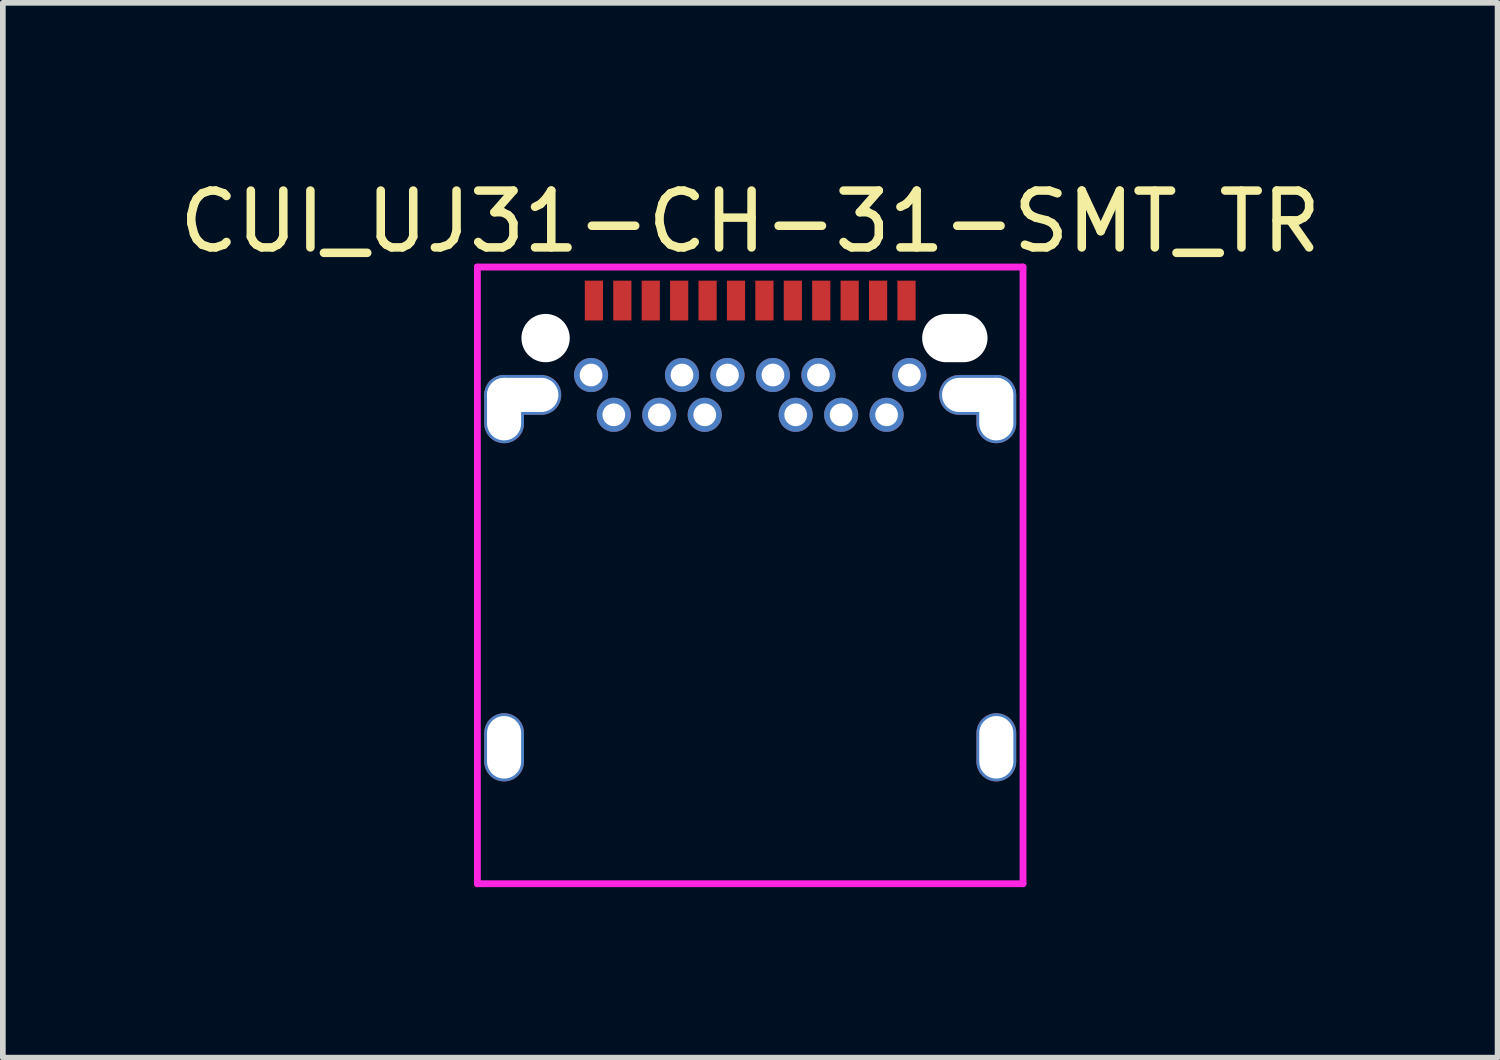
<source format=kicad_pcb>
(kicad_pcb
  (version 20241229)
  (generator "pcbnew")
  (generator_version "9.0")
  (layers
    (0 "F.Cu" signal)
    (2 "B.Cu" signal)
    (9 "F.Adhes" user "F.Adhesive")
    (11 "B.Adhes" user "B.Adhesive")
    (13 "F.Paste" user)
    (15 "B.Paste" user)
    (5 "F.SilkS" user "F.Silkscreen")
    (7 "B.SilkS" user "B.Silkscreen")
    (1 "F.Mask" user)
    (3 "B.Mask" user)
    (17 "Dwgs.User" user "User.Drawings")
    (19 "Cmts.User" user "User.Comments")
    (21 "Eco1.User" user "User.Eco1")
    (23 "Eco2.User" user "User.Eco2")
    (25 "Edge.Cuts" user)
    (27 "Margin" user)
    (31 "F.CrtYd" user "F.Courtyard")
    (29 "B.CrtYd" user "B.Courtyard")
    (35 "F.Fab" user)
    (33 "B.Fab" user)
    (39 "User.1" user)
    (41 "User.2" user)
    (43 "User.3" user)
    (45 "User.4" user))
  (footprint "CUI_UJ31-CH-31-SMT_TR"
    (layer "F.Cu")
    (at 10.149 2.898)
    (property "Reference" "CUI_UJ31-CH-31-SMT_TR" (at 0 -2.05 0) (layer "F.SilkS") (effects (font (size 1 1) (thickness 0.15))))
    (attr through_hole)
    (fp_line (start -4.8 -1.25) (end -4.8 9.6) (stroke (width 0.12) (type solid)) (layer "F.CrtYd"))
    (fp_line (start -4.8 -1.25) (end 4.8 -1.25) (stroke (width 0.12) (type solid)) (layer "F.CrtYd"))
    (fp_line (start -4.8 9.6) (end 4.8 9.6) (stroke (width 0.12) (type solid)) (layer "F.CrtYd"))
    (fp_line (start 4.8 -1.25) (end 4.8 9.6) (stroke (width 0.12) (type solid)) (layer "F.CrtYd"))
    (pad "" np_thru_hole oval (at -4.33 1.25) (size 0.7 1.2) (drill oval 0.6 1.1) (layers "*.Cu" "*.Mask"))
    (pad "" np_thru_hole oval (at -4.33 7.2) (size 0.7 1.2) (drill oval 0.6 1.1) (layers "*.Cu" "*.Mask"))
    (pad "" np_thru_hole oval (at -4 1 90) (size 0.7 1.35) (drill oval 0.6 1.25) (layers "*.Cu" "*.Mask"))
    (pad "" np_thru_hole circle (at -3.6 0) (size 0.85 0.85) (drill 0.85) (layers "*.Cu" "*.Mask"))
    (pad "" np_thru_hole oval (at 3.6 0) (size 1.15 0.85) (drill oval 1.15 0.85) (layers "*.Cu" "*.Mask"))
    (pad "" np_thru_hole oval (at 4 1 90) (size 0.7 1.35) (drill oval 0.6 1.25) (layers "*.Cu" "*.Mask"))
    (pad "" np_thru_hole oval (at 4.33 1.25) (size 0.7 1.2) (drill oval 0.6 1.1) (layers "*.Cu" "*.Mask"))
    (pad "" np_thru_hole oval (at 4.33 7.2) (size 0.7 1.2) (drill oval 0.6 1.1) (layers "*.Cu" "*.Mask"))
    (pad "A1" smd rect (at -2.75 -0.66) (size 0.32 0.7) (layers "F.Cu" "F.Mask" "F.Paste"))
    (pad "A2" smd rect (at -2.25 -0.66) (size 0.32 0.7) (layers "F.Cu" "F.Mask" "F.Paste"))
    (pad "A3" smd rect (at -1.75 -0.66) (size 0.32 0.7) (layers "F.Cu" "F.Mask" "F.Paste"))
    (pad "A4" smd rect (at -1.25 -0.66) (size 0.32 0.7) (layers "F.Cu" "F.Mask" "F.Paste"))
    (pad "A5" smd rect (at -0.75 -0.66) (size 0.32 0.7) (layers "F.Cu" "F.Mask" "F.Paste"))
    (pad "A6" smd rect (at -0.25 -0.66) (size 0.32 0.7) (layers "F.Cu" "F.Mask" "F.Paste"))
    (pad "A7" smd rect (at 0.25 -0.66) (size 0.32 0.7) (layers "F.Cu" "F.Mask" "F.Paste"))
    (pad "A8" smd rect (at 0.75 -0.66) (size 0.32 0.7) (layers "F.Cu" "F.Mask" "F.Paste"))
    (pad "A9" smd rect (at 1.25 -0.66) (size 0.32 0.7) (layers "F.Cu" "F.Mask" "F.Paste"))
    (pad "A10" smd rect (at 1.75 -0.66) (size 0.32 0.7) (layers "F.Cu" "F.Mask" "F.Paste"))
    (pad "A11" smd rect (at 2.25 -0.66) (size 0.32 0.7) (layers "F.Cu" "F.Mask" "F.Paste"))
    (pad "A12" smd rect (at 2.75 -0.66) (size 0.32 0.7) (layers "F.Cu" "F.Mask" "F.Paste"))
    (pad "B1" thru_hole circle (at 2.8 0.65) (size 0.6 0.6) (drill 0.4) (layers "*.Cu" "*.Mask"))
    (pad "B2" thru_hole circle (at 2.4 1.35) (size 0.6 0.6) (drill 0.4) (layers "*.Cu" "*.Mask"))
    (pad "B3" thru_hole circle (at 1.6 1.35) (size 0.6 0.6) (drill 0.4) (layers "*.Cu" "*.Mask"))
    (pad "B4" thru_hole circle (at 1.2 0.65) (size 0.6 0.6) (drill 0.4) (layers "*.Cu" "*.Mask"))
    (pad "B5" thru_hole circle (at 0.8 1.35) (size 0.6 0.6) (drill 0.4) (layers "*.Cu" "*.Mask"))
    (pad "B6" thru_hole circle (at 0.4 0.65) (size 0.6 0.6) (drill 0.4) (layers "*.Cu" "*.Mask"))
    (pad "B7" thru_hole circle (at -0.4 0.65) (size 0.6 0.6) (drill 0.4) (layers "*.Cu" "*.Mask"))
    (pad "B8" thru_hole circle (at -0.8 1.35) (size 0.6 0.6) (drill 0.4) (layers "*.Cu" "*.Mask"))
    (pad "B9" thru_hole circle (at -1.2 0.65) (size 0.6 0.6) (drill 0.4) (layers "*.Cu" "*.Mask"))
    (pad "B10" thru_hole circle (at -1.6 1.35) (size 0.6 0.6) (drill 0.4) (layers "*.Cu" "*.Mask"))
    (pad "B11" thru_hole circle (at -2.4 1.35) (size 0.6 0.6) (drill 0.4) (layers "*.Cu" "*.Mask"))
    (pad "B12" thru_hole circle (at -2.8 0.65) (size 0.6 0.6) (drill 0.4) (layers "*.Cu" "*.Mask")))
  (gr_rect
    (start -3 -3)
    (end 23.298 15.558)
    (stroke (width 0.1) (type default))
    (fill no)
    (layer "Edge.Cuts")))
</source>
